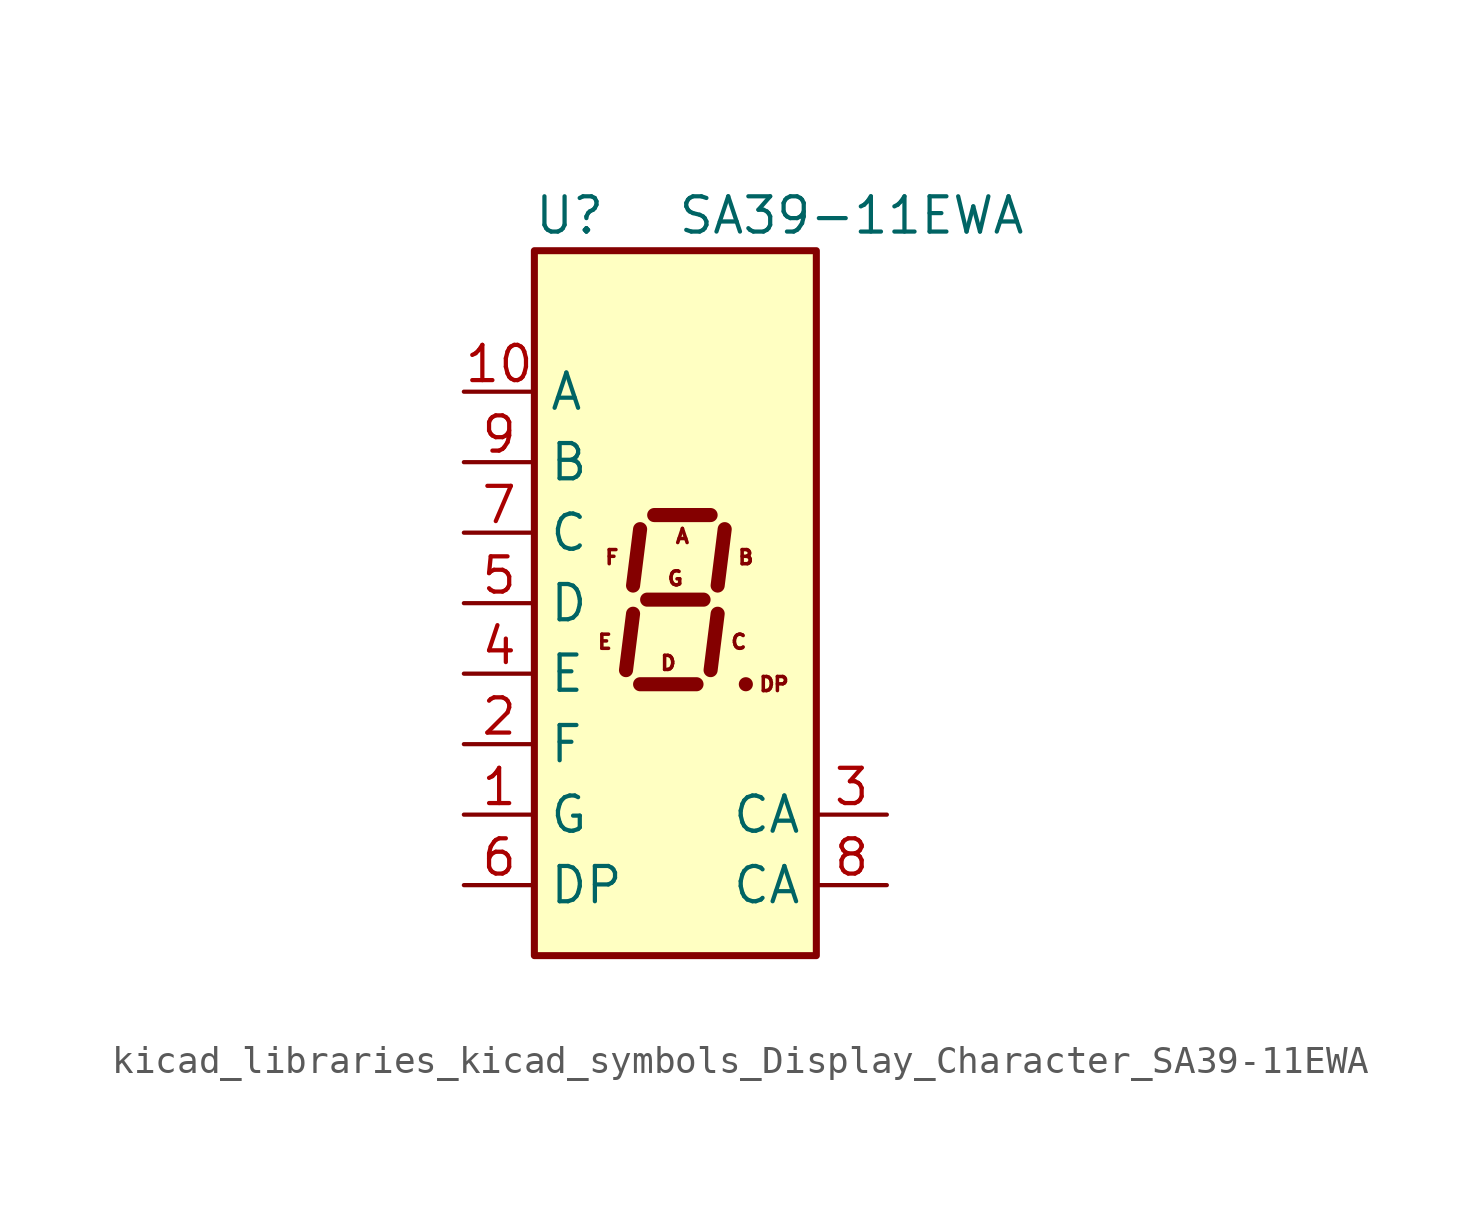
<source format=kicad_sym>
(kicad_symbol_lib
  (version 20220914)
  (generator kicad_symbol_editor)
  (symbol "kicad_libraries_kicad_symbols_Display_Character_SA39-11EWA"
    (property "Reference" "U"
      (at -3.81 13.97 0)
      (effects (font (size 1.27 1.27))))
    (property "Value" "SA39-11EWA"
      (at 6.35 13.97 0)
      (effects (font (size 1.27 1.27))))
    (symbol "kicad_libraries_kicad_symbols_Display_Character_SA39-11EWA_1_0"
      (text "A" (at 0.254 2.413 0) (effects (font (size 0.508 0.508))))
      (text "B" (at 2.54 1.651 0) (effects (font (size 0.508 0.508))))
      (text "C" (at 2.286 -1.397 0) (effects (font (size 0.508 0.508))))
      (text "D" (at -0.254 -2.159 0) (effects (font (size 0.508 0.508))))
      (text "DP" (at 3.556 -2.921 0) (effects (font (size 0.508 0.508))))
      (text "E" (at -2.54 -1.397 0) (effects (font (size 0.508 0.508))))
      (text "F" (at -2.286 1.651 0) (effects (font (size 0.508 0.508))))
      (text "G" (at 0 0.889 0) (effects (font (size 0.508 0.508)))))
    (symbol "kicad_libraries_kicad_symbols_Display_Character_SA39-11EWA_1_1"
      (rectangle (start -5.08 12.7) (end 5.08 -12.7) (stroke (width 0.254) (type default)) (fill (type background)))
      (polyline (pts (xy -1.524 -0.381) (xy -1.778 -2.413)) (stroke (width 0.508) (type default)) (fill (type none)))
      (polyline (pts (xy -1.27 -2.921) (xy 0.762 -2.921)) (stroke (width 0.508) (type default)) (fill (type none)))
      (polyline (pts (xy -1.27 2.667) (xy -1.524 0.635)) (stroke (width 0.508) (type default)) (fill (type none)))
      (polyline (pts (xy -1.016 0.127) (xy 1.016 0.127)) (stroke (width 0.508) (type default)) (fill (type none)))
      (polyline (pts (xy -0.762 3.175) (xy 1.27 3.175)) (stroke (width 0.508) (type default)) (fill (type none)))
      (polyline (pts (xy 1.524 -0.381) (xy 1.27 -2.413)) (stroke (width 0.508) (type default)) (fill (type none)))
      (polyline (pts (xy 1.778 2.667) (xy 1.524 0.635)) (stroke (width 0.508) (type default)) (fill (type none)))
      (polyline (pts (xy 2.54 -2.921) (xy 2.54 -2.921)) (stroke (width 0.508) (type default)) (fill (type none)))
      (pin input line (at -7.62 -7.62 0) (length 2.54) (name "G" (effects (font (size 1.27 1.27)))) (number "1" (effects (font (size 1.27 1.27)))))
      (pin input line (at -7.62 7.62 0) (length 2.54) (name "A" (effects (font (size 1.27 1.27)))) (number "10" (effects (font (size 1.27 1.27)))))
      (pin input line (at -7.62 -5.08 0) (length 2.54) (name "F" (effects (font (size 1.27 1.27)))) (number "2" (effects (font (size 1.27 1.27)))))
      (pin input line (at 7.62 -7.62 180) (length 2.54) (name "CA" (effects (font (size 1.27 1.27)))) (number "3" (effects (font (size 1.27 1.27)))))
      (pin input line (at -7.62 -2.54 0) (length 2.54) (name "E" (effects (font (size 1.27 1.27)))) (number "4" (effects (font (size 1.27 1.27)))))
      (pin input line (at -7.62 0 0) (length 2.54) (name "D" (effects (font (size 1.27 1.27)))) (number "5" (effects (font (size 1.27 1.27)))))
      (pin input line (at -7.62 -10.16 0) (length 2.54) (name "DP" (effects (font (size 1.27 1.27)))) (number "6" (effects (font (size 1.27 1.27)))))
      (pin input line (at -7.62 2.54 0) (length 2.54) (name "C" (effects (font (size 1.27 1.27)))) (number "7" (effects (font (size 1.27 1.27)))))
      (pin input line (at 7.62 -10.16 180) (length 2.54) (name "CA" (effects (font (size 1.27 1.27)))) (number "8" (effects (font (size 1.27 1.27)))))
      (pin input line (at -7.62 5.08 0) (length 2.54) (name "B" (effects (font (size 1.27 1.27)))) (number "9" (effects (font (size 1.27 1.27))))))))
</source>
